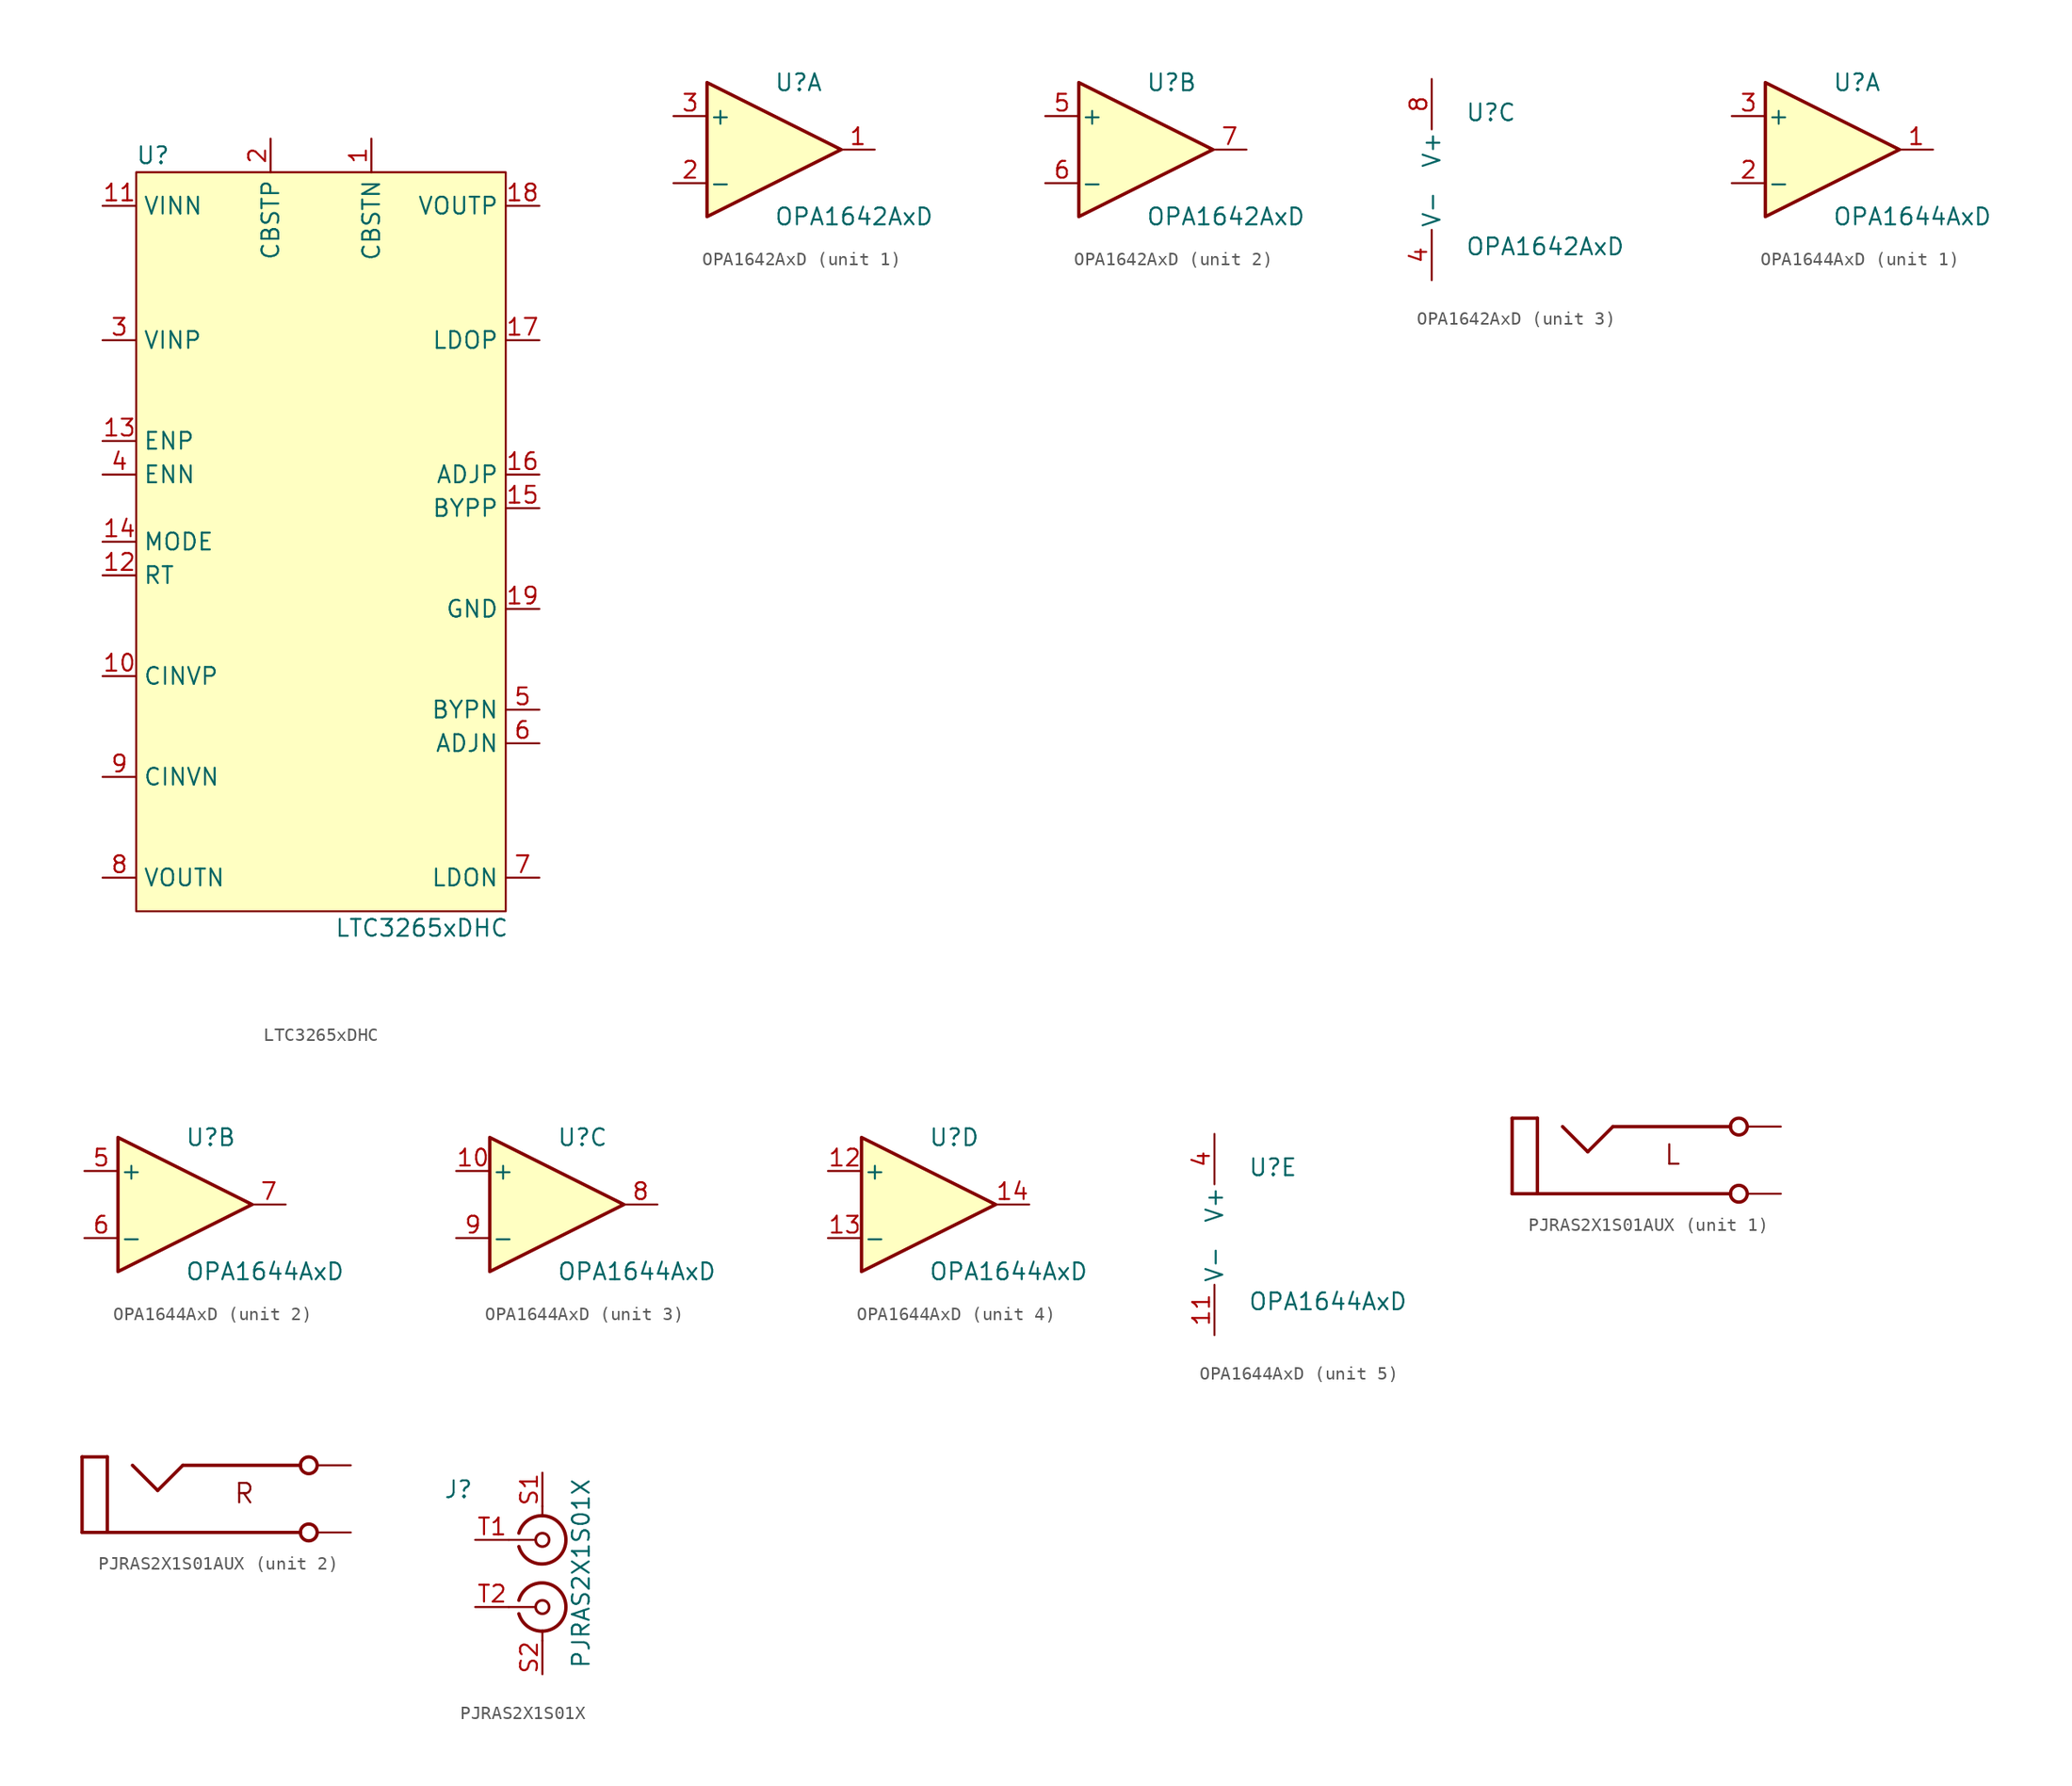
<source format=kicad_sym>
(kicad_symbol_lib
  (version 20211014)
  (generator kicad_symbol_editor)
  (symbol "LTC3265xDHC"
    (property "Reference" "U"
      (at 1.27 1.27 0)
      (effects (font (size 1.27 1.27))))
    (property "Value" "LTC3265xDHC"
      (at 21.59 -57.15 0)
      (effects (font (size 1.27 1.27))))
    (symbol "LTC3265xDHC_0_0"
      (pin passive line (at -2.54 -38.1 0) (length 2.54) (name "CINVP" (effects (font (size 1.27 1.27)))) (number "10" (effects (font (size 1.27 1.27)))))
      (pin passive line (at -2.54 -2.54 0) (length 2.54) (name "VINN" (effects (font (size 1.27 1.27)))) (number "11" (effects (font (size 1.27 1.27)))))
      (pin passive line (at -2.54 -30.48 0) (length 2.54) (name "RT" (effects (font (size 1.27 1.27)))) (number "12" (effects (font (size 1.27 1.27)))))
      (pin passive line (at -2.54 -20.32 0) (length 2.54) (name "ENP" (effects (font (size 1.27 1.27)))) (number "13" (effects (font (size 1.27 1.27)))))
      (pin passive line (at -2.54 -27.94 0) (length 2.54) (name "MODE" (effects (font (size 1.27 1.27)))) (number "14" (effects (font (size 1.27 1.27)))))
      (pin passive line (at 30.48 -25.4 180) (length 2.54) (name "BYPP" (effects (font (size 1.27 1.27)))) (number "15" (effects (font (size 1.27 1.27)))))
      (pin passive line (at 30.48 -22.86 180) (length 2.54) (name "ADJP" (effects (font (size 1.27 1.27)))) (number "16" (effects (font (size 1.27 1.27)))))
      (pin passive line (at 30.48 -12.7 180) (length 2.54) (name "LDOP" (effects (font (size 1.27 1.27)))) (number "17" (effects (font (size 1.27 1.27)))))
      (pin passive line (at 30.48 -2.54 180) (length 2.54) (name "VOUTP" (effects (font (size 1.27 1.27)))) (number "18" (effects (font (size 1.27 1.27)))))
      (pin passive line (at 30.48 -33.02 180) (length 2.54) (name "GND" (effects (font (size 1.27 1.27)))) (number "19" (effects (font (size 1.27 1.27)))))
      (pin passive line (at 10.16 2.54 270) (length 2.54) (name "CBSTP" (effects (font (size 1.27 1.27)))) (number "2" (effects (font (size 1.27 1.27)))))
      (pin passive line (at -2.54 -12.7 0) (length 2.54) (name "VINP" (effects (font (size 1.27 1.27)))) (number "3" (effects (font (size 1.27 1.27)))))
      (pin passive line (at -2.54 -22.86 0) (length 2.54) (name "ENN" (effects (font (size 1.27 1.27)))) (number "4" (effects (font (size 1.27 1.27)))))
      (pin passive line (at 30.48 -40.64 180) (length 2.54) (name "BYPN" (effects (font (size 1.27 1.27)))) (number "5" (effects (font (size 1.27 1.27)))))
      (pin passive line (at 30.48 -43.18 180) (length 2.54) (name "ADJN" (effects (font (size 1.27 1.27)))) (number "6" (effects (font (size 1.27 1.27)))))
      (pin passive line (at 30.48 -53.34 180) (length 2.54) (name "LDON" (effects (font (size 1.27 1.27)))) (number "7" (effects (font (size 1.27 1.27)))))
      (pin passive line (at -2.54 -53.34 0) (length 2.54) (name "VOUTN" (effects (font (size 1.27 1.27)))) (number "8" (effects (font (size 1.27 1.27)))))
      (pin passive line (at -2.54 -45.72 0) (length 2.54) (name "CINVN" (effects (font (size 1.27 1.27)))) (number "9" (effects (font (size 1.27 1.27))))))
    (symbol "LTC3265xDHC_0_1"
      (rectangle (start 0 0) (end 27.94 -55.88) (stroke (width 0) (type default) (color 0 0 0 0)) (fill (type background))))
    (symbol "LTC3265xDHC_1_1"
      (pin passive line (at 17.78 2.54 270) (length 2.54) (name "CBSTN" (effects (font (size 1.27 1.27)))) (number "1" (effects (font (size 1.27 1.27)))))))
  (symbol "OPA1642AxD"
    (pin_names
      (offset 0.127))
    (property "Reference" "U"
      (at 0 5.08 0)
      (effects (font (size 1.27 1.27)) (justify left)))
    (property "Value" "OPA1642AxD"
      (at 0 -5.08 0)
      (effects (font (size 1.27 1.27)) (justify left)))
    (property "ki_locked" ""
      (at 0 0 0)
      (effects (font (size 1.27 1.27))))
    (symbol "OPA1642AxD_1_1"
      (polyline (pts (xy -5.08 5.08) (xy 5.08 0) (xy -5.08 -5.08) (xy -5.08 5.08)) (stroke (width 0.254) (type default) (color 0 0 0 0)) (fill (type background)))
      (pin output line (at 7.62 0 180) (length 2.54) (name "~" (effects (font (size 1.27 1.27)))) (number "1" (effects (font (size 1.27 1.27)))))
      (pin input line (at -7.62 -2.54 0) (length 2.54) (name "-" (effects (font (size 1.27 1.27)))) (number "2" (effects (font (size 1.27 1.27)))))
      (pin input line (at -7.62 2.54 0) (length 2.54) (name "+" (effects (font (size 1.27 1.27)))) (number "3" (effects (font (size 1.27 1.27))))))
    (symbol "OPA1642AxD_2_1"
      (polyline (pts (xy -5.08 5.08) (xy 5.08 0) (xy -5.08 -5.08) (xy -5.08 5.08)) (stroke (width 0.254) (type default) (color 0 0 0 0)) (fill (type background)))
      (pin input line (at -7.62 2.54 0) (length 2.54) (name "+" (effects (font (size 1.27 1.27)))) (number "5" (effects (font (size 1.27 1.27)))))
      (pin input line (at -7.62 -2.54 0) (length 2.54) (name "-" (effects (font (size 1.27 1.27)))) (number "6" (effects (font (size 1.27 1.27)))))
      (pin output line (at 7.62 0 180) (length 2.54) (name "~" (effects (font (size 1.27 1.27)))) (number "7" (effects (font (size 1.27 1.27))))))
    (symbol "OPA1642AxD_3_1"
      (pin power_in line (at -2.54 -7.62 90) (length 3.81) (name "V-" (effects (font (size 1.27 1.27)))) (number "4" (effects (font (size 1.27 1.27)))))
      (pin power_in line (at -2.54 7.62 270) (length 3.81) (name "V+" (effects (font (size 1.27 1.27)))) (number "8" (effects (font (size 1.27 1.27)))))))
  (symbol "OPA1644AxD"
    (pin_names
      (offset 0.127))
    (property "Reference" "U"
      (at 0 5.08 0)
      (effects (font (size 1.27 1.27)) (justify left)))
    (property "Value" "OPA1644AxD"
      (at 0 -5.08 0)
      (effects (font (size 1.27 1.27)) (justify left)))
    (property "ki_locked" ""
      (at 0 0 0)
      (effects (font (size 1.27 1.27))))
    (symbol "OPA1644AxD_1_1"
      (polyline (pts (xy -5.08 5.08) (xy 5.08 0) (xy -5.08 -5.08) (xy -5.08 5.08)) (stroke (width 0.254) (type default) (color 0 0 0 0)) (fill (type background)))
      (pin output line (at 7.62 0 180) (length 2.54) (name "~" (effects (font (size 1.27 1.27)))) (number "1" (effects (font (size 1.27 1.27)))))
      (pin input line (at -7.62 -2.54 0) (length 2.54) (name "-" (effects (font (size 1.27 1.27)))) (number "2" (effects (font (size 1.27 1.27)))))
      (pin input line (at -7.62 2.54 0) (length 2.54) (name "+" (effects (font (size 1.27 1.27)))) (number "3" (effects (font (size 1.27 1.27))))))
    (symbol "OPA1644AxD_2_1"
      (polyline (pts (xy -5.08 5.08) (xy 5.08 0) (xy -5.08 -5.08) (xy -5.08 5.08)) (stroke (width 0.254) (type default) (color 0 0 0 0)) (fill (type background)))
      (pin input line (at -7.62 2.54 0) (length 2.54) (name "+" (effects (font (size 1.27 1.27)))) (number "5" (effects (font (size 1.27 1.27)))))
      (pin input line (at -7.62 -2.54 0) (length 2.54) (name "-" (effects (font (size 1.27 1.27)))) (number "6" (effects (font (size 1.27 1.27)))))
      (pin output line (at 7.62 0 180) (length 2.54) (name "~" (effects (font (size 1.27 1.27)))) (number "7" (effects (font (size 1.27 1.27))))))
    (symbol "OPA1644AxD_3_1"
      (polyline (pts (xy -5.08 5.08) (xy 5.08 0) (xy -5.08 -5.08) (xy -5.08 5.08)) (stroke (width 0.254) (type default) (color 0 0 0 0)) (fill (type background)))
      (pin input line (at -7.62 2.54 0) (length 2.54) (name "+" (effects (font (size 1.27 1.27)))) (number "10" (effects (font (size 1.27 1.27)))))
      (pin output line (at 7.62 0 180) (length 2.54) (name "~" (effects (font (size 1.27 1.27)))) (number "8" (effects (font (size 1.27 1.27)))))
      (pin input line (at -7.62 -2.54 0) (length 2.54) (name "-" (effects (font (size 1.27 1.27)))) (number "9" (effects (font (size 1.27 1.27))))))
    (symbol "OPA1644AxD_4_1"
      (polyline (pts (xy -5.08 5.08) (xy 5.08 0) (xy -5.08 -5.08) (xy -5.08 5.08)) (stroke (width 0.254) (type default) (color 0 0 0 0)) (fill (type background)))
      (pin input line (at -7.62 2.54 0) (length 2.54) (name "+" (effects (font (size 1.27 1.27)))) (number "12" (effects (font (size 1.27 1.27)))))
      (pin input line (at -7.62 -2.54 0) (length 2.54) (name "-" (effects (font (size 1.27 1.27)))) (number "13" (effects (font (size 1.27 1.27)))))
      (pin output line (at 7.62 0 180) (length 2.54) (name "~" (effects (font (size 1.27 1.27)))) (number "14" (effects (font (size 1.27 1.27))))))
    (symbol "OPA1644AxD_5_1"
      (pin power_in line (at -2.54 -7.62 90) (length 3.81) (name "V-" (effects (font (size 1.27 1.27)))) (number "11" (effects (font (size 1.27 1.27)))))
      (pin power_in line (at -2.54 7.62 270) (length 3.81) (name "V+" (effects (font (size 1.27 1.27)))) (number "4" (effects (font (size 1.27 1.27)))))))
  (symbol "PJRAS2X1S01AUX"
    (pin_numbers hide)
    (pin_names
      (offset 1.016) hide)
    (property "Reference" "J"
      (at 0 0 0)
      (effects (font (size 1.27 1.27)) (justify left bottom) hide))
    (property "ki_locked" ""
      (at 0 0 0)
      (effects (font (size 1.27 1.27))))
    (symbol "PJRAS2X1S01AUX_1_0"
      (polyline (pts (xy -8.89 -2.54) (xy 7.62 -2.54)) (stroke (width 0.254) (type default) (color 0 0 0 0)) (fill (type none)))
      (polyline (pts (xy -8.89 3.175) (xy -8.89 -2.54)) (stroke (width 0.254) (type default) (color 0 0 0 0)) (fill (type none)))
      (polyline (pts (xy -8.89 3.175) (xy -6.985 3.175)) (stroke (width 0.254) (type default) (color 0 0 0 0)) (fill (type none)))
      (polyline (pts (xy -6.985 3.175) (xy -6.985 -2.54)) (stroke (width 0.254) (type default) (color 0 0 0 0)) (fill (type none)))
      (polyline (pts (xy -5.08 2.54) (xy -3.175 0.635)) (stroke (width 0.254) (type default) (color 0 0 0 0)) (fill (type none)))
      (polyline (pts (xy -3.175 0.635) (xy -1.27 2.54)) (stroke (width 0.254) (type default) (color 0 0 0 0)) (fill (type none)))
      (polyline (pts (xy -1.27 2.54) (xy 7.62 2.54)) (stroke (width 0.254) (type default) (color 0 0 0 0)) (fill (type none)))
      (circle (center 8.255 -2.54) (radius 0.635) (stroke (width 0.254) (type default) (color 0 0 0 0)) (fill (type none)))
      (circle (center 8.255 2.54) (radius 0.635) (stroke (width 0.254) (type default) (color 0 0 0 0)) (fill (type none)))
      (text "L" (at 2.54 1.27 0) (effects (font (size 1.473 1.473)) (justify left top)))
      (pin passive line (at 11.43 -2.54 180) (length 2.54) (name "~" (effects (font (size 1.016 1.016)))) (number "S1" (effects (font (size 1.016 1.016)))))
      (pin passive line (at 11.43 2.54 180) (length 2.54) (name "~" (effects (font (size 1.016 1.016)))) (number "T1" (effects (font (size 1.016 1.016))))))
    (symbol "PJRAS2X1S01AUX_2_0"
      (polyline (pts (xy -8.89 -2.54) (xy 7.62 -2.54)) (stroke (width 0.254) (type default) (color 0 0 0 0)) (fill (type none)))
      (polyline (pts (xy -8.89 3.175) (xy -8.89 -2.54)) (stroke (width 0.254) (type default) (color 0 0 0 0)) (fill (type none)))
      (polyline (pts (xy -8.89 3.175) (xy -6.985 3.175)) (stroke (width 0.254) (type default) (color 0 0 0 0)) (fill (type none)))
      (polyline (pts (xy -6.985 3.175) (xy -6.985 -2.54)) (stroke (width 0.254) (type default) (color 0 0 0 0)) (fill (type none)))
      (polyline (pts (xy -5.08 2.54) (xy -3.175 0.635)) (stroke (width 0.254) (type default) (color 0 0 0 0)) (fill (type none)))
      (polyline (pts (xy -3.175 0.635) (xy -1.27 2.54)) (stroke (width 0.254) (type default) (color 0 0 0 0)) (fill (type none)))
      (polyline (pts (xy -1.27 2.54) (xy 7.62 2.54)) (stroke (width 0.254) (type default) (color 0 0 0 0)) (fill (type none)))
      (circle (center 8.255 -2.54) (radius 0.635) (stroke (width 0.254) (type default) (color 0 0 0 0)) (fill (type none)))
      (circle (center 8.255 2.54) (radius 0.635) (stroke (width 0.254) (type default) (color 0 0 0 0)) (fill (type none)))
      (text "R" (at 2.54 1.27 0) (effects (font (size 1.473 1.473)) (justify left top)))
      (pin passive line (at 11.43 -2.54 180) (length 2.54) (name "~" (effects (font (size 1.016 1.016)))) (number "S2" (effects (font (size 1.016 1.016)))))
      (pin passive line (at 11.43 2.54 180) (length 2.54) (name "~" (effects (font (size 1.016 1.016)))) (number "T2" (effects (font (size 1.016 1.016)))))))
  (symbol "PJRAS2X1S01X"
    (pin_names
      (offset 1.016) hide)
    (property "Reference" "J"
      (at -6.35 6.35 0)
      (effects (font (size 1.27 1.27))))
    (property "Value" "PJRAS2X1S01X"
      (at 2.921 0 90)
      (effects (font (size 1.27 1.27))))
    (symbol "PJRAS2X1S01X_0_0"
      (pin passive line (at 0 -7.62 90) (length 2.54) (name "S2" (effects (font (size 1.27 1.27)))) (number "S2" (effects (font (size 1.27 1.27)))))
      (pin passive line (at -5.08 2.54 0) (length 2.54) (name "T1" (effects (font (size 1.27 1.27)))) (number "T1" (effects (font (size 1.27 1.27)))))
      (pin passive line (at -5.08 -2.54 0) (length 2.54) (name "T2" (effects (font (size 1.27 1.27)))) (number "T2" (effects (font (size 1.27 1.27))))))
    (symbol "PJRAS2X1S01X_0_1"
      (arc (start -1.778 -3.048) (mid 0.222 -4.348) (end 1.778 -2.54) (stroke (width 0.254) (type default) (color 0 0 0 0)) (fill (type none)))
      (arc (start -1.778 2.032) (mid 0.222 0.732) (end 1.778 2.54) (stroke (width 0.254) (type default) (color 0 0 0 0)) (fill (type none)))
      (circle (center 0 -2.54) (radius 0.508) (stroke (width 0.203) (type default) (color 0 0 0 0)) (fill (type none)))
      (polyline (pts (xy -2.54 -2.54) (xy -0.508 -2.54)) (stroke (width 0) (type default) (color 0 0 0 0)) (fill (type none)))
      (polyline (pts (xy -2.54 2.54) (xy -0.508 2.54)) (stroke (width 0) (type default) (color 0 0 0 0)) (fill (type none)))
      (polyline (pts (xy 0 -5.08) (xy 0 -4.318)) (stroke (width 0) (type default) (color 0 0 0 0)) (fill (type none)))
      (polyline (pts (xy 0 5.08) (xy 0 4.318)) (stroke (width 0) (type default) (color 0 0 0 0)) (fill (type none)))
      (circle (center 0 2.54) (radius 0.508) (stroke (width 0.203) (type default) (color 0 0 0 0)) (fill (type none)))
      (arc (start 1.778 -2.54) (mid 0.222 -0.7317) (end -1.778 -2.032) (stroke (width 0.254) (type default) (color 0 0 0 0)) (fill (type none)))
      (arc (start 1.778 2.54) (mid 0.222 4.3483) (end -1.778 3.048) (stroke (width 0.254) (type default) (color 0 0 0 0)) (fill (type none))))
    (symbol "PJRAS2X1S01X_1_1"
      (pin passive line (at 0 7.62 270) (length 2.54) (name "S1" (effects (font (size 1.27 1.27)))) (number "S1" (effects (font (size 1.27 1.27))))))))
</source>
